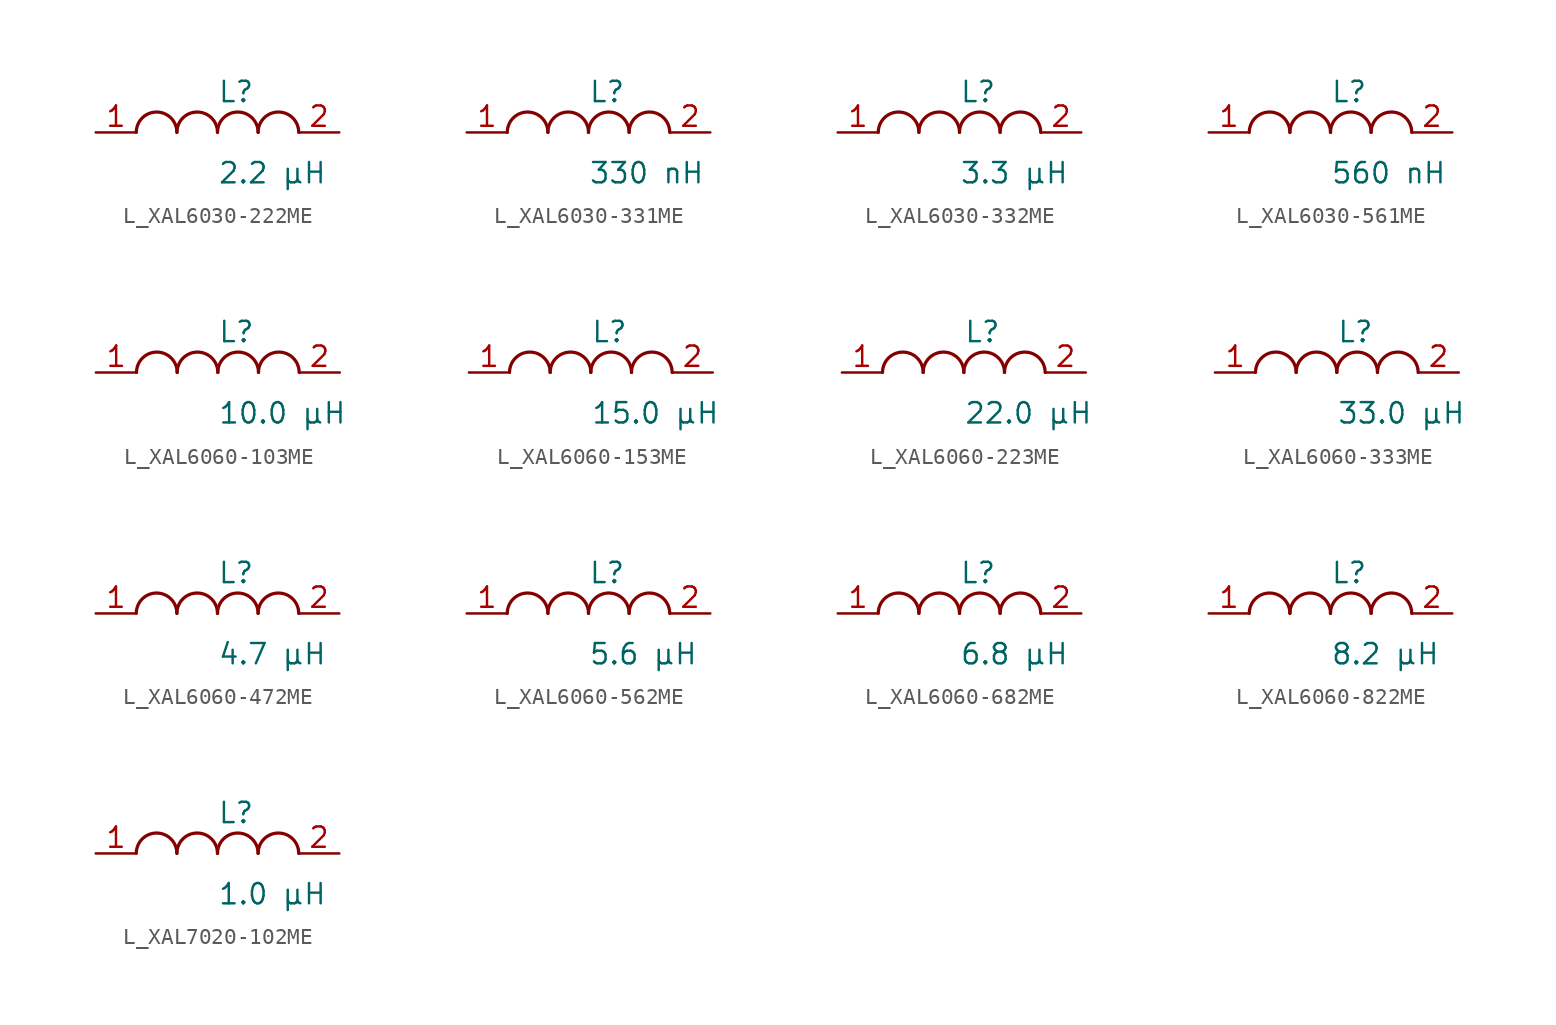
<source format=kicad_sym>
(kicad_symbol_lib
  (version 20231120)
  (generator kicad_symbol_editor)
  (generator_version 8.0)
  (symbol "L_XAL6030-222ME"
    (pin_names
      (offset 0.254))
    (property "Reference" "L"
      (at 0.0 2.54 0)
      (effects (font (size 1.27 1.27)) (justify left)))
    (property "Value" "2.2 µH"
      (at 0.0 -2.54 0)
      (effects (font (size 1.27 1.27)) (justify left)))
    (symbol "L_XAL6030-222ME_1_1"
      (arc (start -2.54 0.0056) (mid -3.81 1.27) (end -5.08 0.0056) (stroke (width 0.2032) (type default)) (fill (type none)))
      (arc (start 0 0.0056) (mid -1.27 1.27) (end -2.54 0.0056) (stroke (width 0.2032) (type default)) (fill (type none)))
      (arc (start 2.54 0.0056) (mid 1.27 1.27) (end 0 0.0056) (stroke (width 0.2032) (type default)) (fill (type none)))
      (arc (start 5.08 0.0056) (mid 3.81 1.27) (end 2.54 0.0056) (stroke (width 0.2032) (type default)) (fill (type none)))
      (pin unspecified line (at -7.62 0 0) (length 2.54) (name "" (effects (font (size 1.27 1.27)))) (number "1" (effects (font (size 1.27 1.27)))))
      (pin unspecified line (at 7.62 0 180) (length 2.54) (name "" (effects (font (size 1.27 1.27)))) (number "2" (effects (font (size 1.27 1.27)))))))
  (symbol "L_XAL6030-331ME"
    (pin_names
      (offset 0.254))
    (property "Reference" "L"
      (at 0.0 2.54 0)
      (effects (font (size 1.27 1.27)) (justify left)))
    (property "Value" "330 nH"
      (at 0.0 -2.54 0)
      (effects (font (size 1.27 1.27)) (justify left)))
    (symbol "L_XAL6030-331ME_1_1"
      (arc (start -2.54 0.0056) (mid -3.81 1.27) (end -5.08 0.0056) (stroke (width 0.2032) (type default)) (fill (type none)))
      (arc (start 0 0.0056) (mid -1.27 1.27) (end -2.54 0.0056) (stroke (width 0.2032) (type default)) (fill (type none)))
      (arc (start 2.54 0.0056) (mid 1.27 1.27) (end 0 0.0056) (stroke (width 0.2032) (type default)) (fill (type none)))
      (arc (start 5.08 0.0056) (mid 3.81 1.27) (end 2.54 0.0056) (stroke (width 0.2032) (type default)) (fill (type none)))
      (pin unspecified line (at -7.62 0 0) (length 2.54) (name "" (effects (font (size 1.27 1.27)))) (number "1" (effects (font (size 1.27 1.27)))))
      (pin unspecified line (at 7.62 0 180) (length 2.54) (name "" (effects (font (size 1.27 1.27)))) (number "2" (effects (font (size 1.27 1.27)))))))
  (symbol "L_XAL6030-332ME"
    (pin_names
      (offset 0.254))
    (property "Reference" "L"
      (at 0.0 2.54 0)
      (effects (font (size 1.27 1.27)) (justify left)))
    (property "Value" "3.3 µH"
      (at 0.0 -2.54 0)
      (effects (font (size 1.27 1.27)) (justify left)))
    (symbol "L_XAL6030-332ME_1_1"
      (arc (start -2.54 0.0056) (mid -3.81 1.27) (end -5.08 0.0056) (stroke (width 0.2032) (type default)) (fill (type none)))
      (arc (start 0 0.0056) (mid -1.27 1.27) (end -2.54 0.0056) (stroke (width 0.2032) (type default)) (fill (type none)))
      (arc (start 2.54 0.0056) (mid 1.27 1.27) (end 0 0.0056) (stroke (width 0.2032) (type default)) (fill (type none)))
      (arc (start 5.08 0.0056) (mid 3.81 1.27) (end 2.54 0.0056) (stroke (width 0.2032) (type default)) (fill (type none)))
      (pin unspecified line (at -7.62 0 0) (length 2.54) (name "" (effects (font (size 1.27 1.27)))) (number "1" (effects (font (size 1.27 1.27)))))
      (pin unspecified line (at 7.62 0 180) (length 2.54) (name "" (effects (font (size 1.27 1.27)))) (number "2" (effects (font (size 1.27 1.27)))))))
  (symbol "L_XAL6030-561ME"
    (pin_names
      (offset 0.254))
    (property "Reference" "L"
      (at 0.0 2.54 0)
      (effects (font (size 1.27 1.27)) (justify left)))
    (property "Value" "560 nH"
      (at 0.0 -2.54 0)
      (effects (font (size 1.27 1.27)) (justify left)))
    (symbol "L_XAL6030-561ME_1_1"
      (arc (start -2.54 0.0056) (mid -3.81 1.27) (end -5.08 0.0056) (stroke (width 0.2032) (type default)) (fill (type none)))
      (arc (start 0 0.0056) (mid -1.27 1.27) (end -2.54 0.0056) (stroke (width 0.2032) (type default)) (fill (type none)))
      (arc (start 2.54 0.0056) (mid 1.27 1.27) (end 0 0.0056) (stroke (width 0.2032) (type default)) (fill (type none)))
      (arc (start 5.08 0.0056) (mid 3.81 1.27) (end 2.54 0.0056) (stroke (width 0.2032) (type default)) (fill (type none)))
      (pin unspecified line (at -7.62 0 0) (length 2.54) (name "" (effects (font (size 1.27 1.27)))) (number "1" (effects (font (size 1.27 1.27)))))
      (pin unspecified line (at 7.62 0 180) (length 2.54) (name "" (effects (font (size 1.27 1.27)))) (number "2" (effects (font (size 1.27 1.27)))))))
  (symbol "L_XAL6060-103ME"
    (pin_names
      (offset 0.254))
    (property "Reference" "L"
      (at 0.0 2.54 0)
      (effects (font (size 1.27 1.27)) (justify left)))
    (property "Value" "10.0 µH"
      (at 0.0 -2.54 0)
      (effects (font (size 1.27 1.27)) (justify left)))
    (symbol "L_XAL6060-103ME_1_1"
      (arc (start -2.54 0.0056) (mid -3.81 1.27) (end -5.08 0.0056) (stroke (width 0.2032) (type default)) (fill (type none)))
      (arc (start 0 0.0056) (mid -1.27 1.27) (end -2.54 0.0056) (stroke (width 0.2032) (type default)) (fill (type none)))
      (arc (start 2.54 0.0056) (mid 1.27 1.27) (end 0 0.0056) (stroke (width 0.2032) (type default)) (fill (type none)))
      (arc (start 5.08 0.0056) (mid 3.81 1.27) (end 2.54 0.0056) (stroke (width 0.2032) (type default)) (fill (type none)))
      (pin unspecified line (at -7.62 0 0) (length 2.54) (name "" (effects (font (size 1.27 1.27)))) (number "1" (effects (font (size 1.27 1.27)))))
      (pin unspecified line (at 7.62 0 180) (length 2.54) (name "" (effects (font (size 1.27 1.27)))) (number "2" (effects (font (size 1.27 1.27)))))))
  (symbol "L_XAL6060-153ME"
    (pin_names
      (offset 0.254))
    (property "Reference" "L"
      (at 0.0 2.54 0)
      (effects (font (size 1.27 1.27)) (justify left)))
    (property "Value" "15.0 µH"
      (at 0.0 -2.54 0)
      (effects (font (size 1.27 1.27)) (justify left)))
    (symbol "L_XAL6060-153ME_1_1"
      (arc (start -2.54 0.0056) (mid -3.81 1.27) (end -5.08 0.0056) (stroke (width 0.2032) (type default)) (fill (type none)))
      (arc (start 0 0.0056) (mid -1.27 1.27) (end -2.54 0.0056) (stroke (width 0.2032) (type default)) (fill (type none)))
      (arc (start 2.54 0.0056) (mid 1.27 1.27) (end 0 0.0056) (stroke (width 0.2032) (type default)) (fill (type none)))
      (arc (start 5.08 0.0056) (mid 3.81 1.27) (end 2.54 0.0056) (stroke (width 0.2032) (type default)) (fill (type none)))
      (pin unspecified line (at -7.62 0 0) (length 2.54) (name "" (effects (font (size 1.27 1.27)))) (number "1" (effects (font (size 1.27 1.27)))))
      (pin unspecified line (at 7.62 0 180) (length 2.54) (name "" (effects (font (size 1.27 1.27)))) (number "2" (effects (font (size 1.27 1.27)))))))
  (symbol "L_XAL6060-223ME"
    (pin_names
      (offset 0.254))
    (property "Reference" "L"
      (at 0.0 2.54 0)
      (effects (font (size 1.27 1.27)) (justify left)))
    (property "Value" "22.0 µH"
      (at 0.0 -2.54 0)
      (effects (font (size 1.27 1.27)) (justify left)))
    (symbol "L_XAL6060-223ME_1_1"
      (arc (start -2.54 0.0056) (mid -3.81 1.27) (end -5.08 0.0056) (stroke (width 0.2032) (type default)) (fill (type none)))
      (arc (start 0 0.0056) (mid -1.27 1.27) (end -2.54 0.0056) (stroke (width 0.2032) (type default)) (fill (type none)))
      (arc (start 2.54 0.0056) (mid 1.27 1.27) (end 0 0.0056) (stroke (width 0.2032) (type default)) (fill (type none)))
      (arc (start 5.08 0.0056) (mid 3.81 1.27) (end 2.54 0.0056) (stroke (width 0.2032) (type default)) (fill (type none)))
      (pin unspecified line (at -7.62 0 0) (length 2.54) (name "" (effects (font (size 1.27 1.27)))) (number "1" (effects (font (size 1.27 1.27)))))
      (pin unspecified line (at 7.62 0 180) (length 2.54) (name "" (effects (font (size 1.27 1.27)))) (number "2" (effects (font (size 1.27 1.27)))))))
  (symbol "L_XAL6060-333ME"
    (pin_names
      (offset 0.254))
    (property "Reference" "L"
      (at 0.0 2.54 0)
      (effects (font (size 1.27 1.27)) (justify left)))
    (property "Value" "33.0 µH"
      (at 0.0 -2.54 0)
      (effects (font (size 1.27 1.27)) (justify left)))
    (symbol "L_XAL6060-333ME_1_1"
      (arc (start -2.54 0.0056) (mid -3.81 1.27) (end -5.08 0.0056) (stroke (width 0.2032) (type default)) (fill (type none)))
      (arc (start 0 0.0056) (mid -1.27 1.27) (end -2.54 0.0056) (stroke (width 0.2032) (type default)) (fill (type none)))
      (arc (start 2.54 0.0056) (mid 1.27 1.27) (end 0 0.0056) (stroke (width 0.2032) (type default)) (fill (type none)))
      (arc (start 5.08 0.0056) (mid 3.81 1.27) (end 2.54 0.0056) (stroke (width 0.2032) (type default)) (fill (type none)))
      (pin unspecified line (at -7.62 0 0) (length 2.54) (name "" (effects (font (size 1.27 1.27)))) (number "1" (effects (font (size 1.27 1.27)))))
      (pin unspecified line (at 7.62 0 180) (length 2.54) (name "" (effects (font (size 1.27 1.27)))) (number "2" (effects (font (size 1.27 1.27)))))))
  (symbol "L_XAL6060-472ME"
    (pin_names
      (offset 0.254))
    (property "Reference" "L"
      (at 0.0 2.54 0)
      (effects (font (size 1.27 1.27)) (justify left)))
    (property "Value" "4.7 µH"
      (at 0.0 -2.54 0)
      (effects (font (size 1.27 1.27)) (justify left)))
    (symbol "L_XAL6060-472ME_1_1"
      (arc (start -2.54 0.0056) (mid -3.81 1.27) (end -5.08 0.0056) (stroke (width 0.2032) (type default)) (fill (type none)))
      (arc (start 0 0.0056) (mid -1.27 1.27) (end -2.54 0.0056) (stroke (width 0.2032) (type default)) (fill (type none)))
      (arc (start 2.54 0.0056) (mid 1.27 1.27) (end 0 0.0056) (stroke (width 0.2032) (type default)) (fill (type none)))
      (arc (start 5.08 0.0056) (mid 3.81 1.27) (end 2.54 0.0056) (stroke (width 0.2032) (type default)) (fill (type none)))
      (pin unspecified line (at -7.62 0 0) (length 2.54) (name "" (effects (font (size 1.27 1.27)))) (number "1" (effects (font (size 1.27 1.27)))))
      (pin unspecified line (at 7.62 0 180) (length 2.54) (name "" (effects (font (size 1.27 1.27)))) (number "2" (effects (font (size 1.27 1.27)))))))
  (symbol "L_XAL6060-562ME"
    (pin_names
      (offset 0.254))
    (property "Reference" "L"
      (at 0.0 2.54 0)
      (effects (font (size 1.27 1.27)) (justify left)))
    (property "Value" "5.6 µH"
      (at 0.0 -2.54 0)
      (effects (font (size 1.27 1.27)) (justify left)))
    (symbol "L_XAL6060-562ME_1_1"
      (arc (start -2.54 0.0056) (mid -3.81 1.27) (end -5.08 0.0056) (stroke (width 0.2032) (type default)) (fill (type none)))
      (arc (start 0 0.0056) (mid -1.27 1.27) (end -2.54 0.0056) (stroke (width 0.2032) (type default)) (fill (type none)))
      (arc (start 2.54 0.0056) (mid 1.27 1.27) (end 0 0.0056) (stroke (width 0.2032) (type default)) (fill (type none)))
      (arc (start 5.08 0.0056) (mid 3.81 1.27) (end 2.54 0.0056) (stroke (width 0.2032) (type default)) (fill (type none)))
      (pin unspecified line (at -7.62 0 0) (length 2.54) (name "" (effects (font (size 1.27 1.27)))) (number "1" (effects (font (size 1.27 1.27)))))
      (pin unspecified line (at 7.62 0 180) (length 2.54) (name "" (effects (font (size 1.27 1.27)))) (number "2" (effects (font (size 1.27 1.27)))))))
  (symbol "L_XAL6060-682ME"
    (pin_names
      (offset 0.254))
    (property "Reference" "L"
      (at 0.0 2.54 0)
      (effects (font (size 1.27 1.27)) (justify left)))
    (property "Value" "6.8 µH"
      (at 0.0 -2.54 0)
      (effects (font (size 1.27 1.27)) (justify left)))
    (symbol "L_XAL6060-682ME_1_1"
      (arc (start -2.54 0.0056) (mid -3.81 1.27) (end -5.08 0.0056) (stroke (width 0.2032) (type default)) (fill (type none)))
      (arc (start 0 0.0056) (mid -1.27 1.27) (end -2.54 0.0056) (stroke (width 0.2032) (type default)) (fill (type none)))
      (arc (start 2.54 0.0056) (mid 1.27 1.27) (end 0 0.0056) (stroke (width 0.2032) (type default)) (fill (type none)))
      (arc (start 5.08 0.0056) (mid 3.81 1.27) (end 2.54 0.0056) (stroke (width 0.2032) (type default)) (fill (type none)))
      (pin unspecified line (at -7.62 0 0) (length 2.54) (name "" (effects (font (size 1.27 1.27)))) (number "1" (effects (font (size 1.27 1.27)))))
      (pin unspecified line (at 7.62 0 180) (length 2.54) (name "" (effects (font (size 1.27 1.27)))) (number "2" (effects (font (size 1.27 1.27)))))))
  (symbol "L_XAL6060-822ME"
    (pin_names
      (offset 0.254))
    (property "Reference" "L"
      (at 0.0 2.54 0)
      (effects (font (size 1.27 1.27)) (justify left)))
    (property "Value" "8.2 µH"
      (at 0.0 -2.54 0)
      (effects (font (size 1.27 1.27)) (justify left)))
    (symbol "L_XAL6060-822ME_1_1"
      (arc (start -2.54 0.0056) (mid -3.81 1.27) (end -5.08 0.0056) (stroke (width 0.2032) (type default)) (fill (type none)))
      (arc (start 0 0.0056) (mid -1.27 1.27) (end -2.54 0.0056) (stroke (width 0.2032) (type default)) (fill (type none)))
      (arc (start 2.54 0.0056) (mid 1.27 1.27) (end 0 0.0056) (stroke (width 0.2032) (type default)) (fill (type none)))
      (arc (start 5.08 0.0056) (mid 3.81 1.27) (end 2.54 0.0056) (stroke (width 0.2032) (type default)) (fill (type none)))
      (pin unspecified line (at -7.62 0 0) (length 2.54) (name "" (effects (font (size 1.27 1.27)))) (number "1" (effects (font (size 1.27 1.27)))))
      (pin unspecified line (at 7.62 0 180) (length 2.54) (name "" (effects (font (size 1.27 1.27)))) (number "2" (effects (font (size 1.27 1.27)))))))
  (symbol "L_XAL7020-102ME"
    (pin_names
      (offset 0.254))
    (property "Reference" "L"
      (at 0.0 2.54 0)
      (effects (font (size 1.27 1.27)) (justify left)))
    (property "Value" "1.0 µH"
      (at 0.0 -2.54 0)
      (effects (font (size 1.27 1.27)) (justify left)))
    (symbol "L_XAL7020-102ME_1_1"
      (arc (start -2.54 0.0056) (mid -3.81 1.27) (end -5.08 0.0056) (stroke (width 0.2032) (type default)) (fill (type none)))
      (arc (start 0 0.0056) (mid -1.27 1.27) (end -2.54 0.0056) (stroke (width 0.2032) (type default)) (fill (type none)))
      (arc (start 2.54 0.0056) (mid 1.27 1.27) (end 0 0.0056) (stroke (width 0.2032) (type default)) (fill (type none)))
      (arc (start 5.08 0.0056) (mid 3.81 1.27) (end 2.54 0.0056) (stroke (width 0.2032) (type default)) (fill (type none)))
      (pin unspecified line (at -7.62 0 0) (length 2.54) (name "" (effects (font (size 1.27 1.27)))) (number "1" (effects (font (size 1.27 1.27)))))
      (pin unspecified line (at 7.62 0 180) (length 2.54) (name "" (effects (font (size 1.27 1.27)))) (number "2" (effects (font (size 1.27 1.27))))))))
</source>
